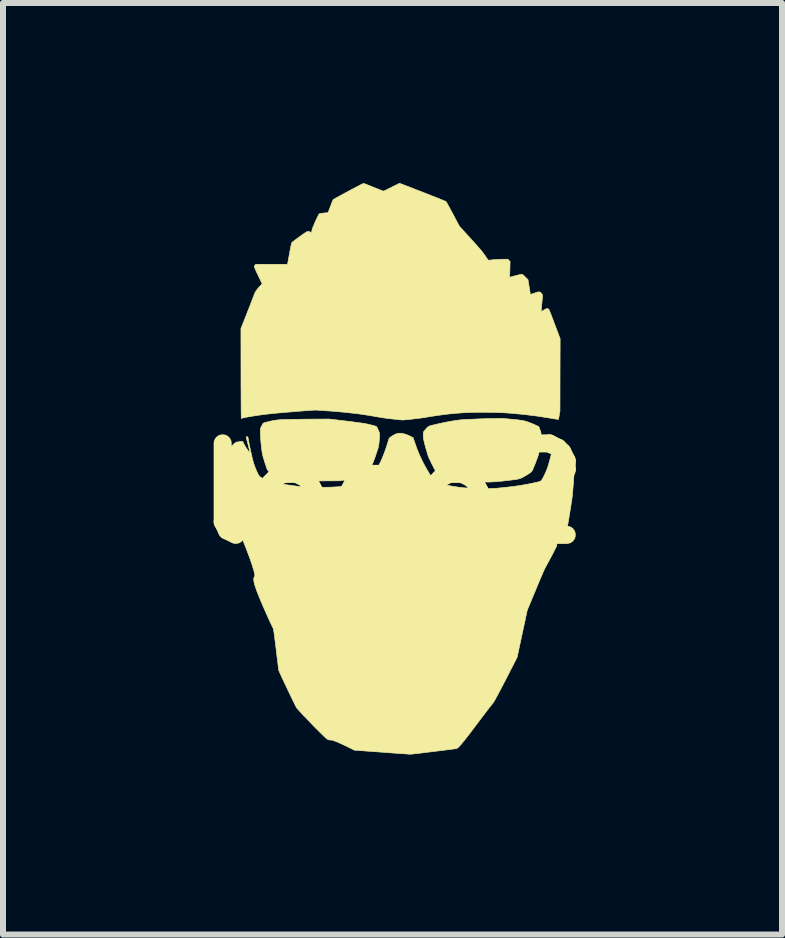
<source format=kicad_pcb>
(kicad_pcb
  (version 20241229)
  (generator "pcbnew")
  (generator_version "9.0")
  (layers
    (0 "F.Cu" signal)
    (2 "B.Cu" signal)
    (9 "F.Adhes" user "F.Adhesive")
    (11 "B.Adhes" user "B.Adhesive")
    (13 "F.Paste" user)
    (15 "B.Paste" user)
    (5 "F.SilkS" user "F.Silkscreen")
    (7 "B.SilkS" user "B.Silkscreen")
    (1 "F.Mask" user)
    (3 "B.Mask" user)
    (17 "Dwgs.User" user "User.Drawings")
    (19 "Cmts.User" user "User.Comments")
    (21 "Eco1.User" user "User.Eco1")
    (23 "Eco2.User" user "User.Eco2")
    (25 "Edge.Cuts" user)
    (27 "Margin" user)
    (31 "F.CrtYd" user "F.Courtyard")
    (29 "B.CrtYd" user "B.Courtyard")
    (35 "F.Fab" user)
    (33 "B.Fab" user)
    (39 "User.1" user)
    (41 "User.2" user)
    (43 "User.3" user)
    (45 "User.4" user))
  (footprint "logo2"
    (layer "F.Cu")
    (at 3.491 5.173)
    (property "Reference" "logo2" (at 0 0 0) (layer "F.SilkS") (effects (font (size 1.524 1.524) (thickness 0.3))))
    (attr through_hole)
    (fp_poly (pts (xy -0.926 -1.225) (xy -0.842 -1.215) (xy -0.766 -1.206) (xy -0.699 -1.198) (xy -0.64 -1.19) (xy -0.589 -1.183) (xy -0.544 -1.177) (xy -0.506 -1.172) (xy -0.474 -1.167) (xy -0.449 -1.162) (xy -0.432 -1.159) (xy -0.391 -1.15) (xy -0.355 -1.141) (xy -0.323 -1.133) (xy -0.298 -1.126) (xy -0.28 -1.12) (xy -0.27 -1.116) (xy -0.264 -1.109) (xy -0.256 -1.096) (xy -0.247 -1.078) (xy -0.238 -1.057) (xy -0.228 -1.035) (xy -0.222 -1.018) (xy -0.218 -1.005) (xy -0.216 -0.993) (xy -0.216 -0.98) (xy -0.216 -0.963) (xy -0.217 -0.943) (xy -0.219 -0.916) (xy -0.221 -0.887) (xy -0.224 -0.858) (xy -0.224 -0.852) (xy -0.227 -0.829) (xy -0.229 -0.81) (xy -0.232 -0.792) (xy -0.236 -0.775) (xy -0.241 -0.755) (xy -0.248 -0.732) (xy -0.258 -0.704) (xy -0.266 -0.681) (xy -0.281 -0.634) (xy -0.295 -0.594) (xy -0.307 -0.562) (xy -0.317 -0.535) (xy -0.326 -0.513) (xy -0.334 -0.494) (xy -0.343 -0.478) (xy -0.352 -0.464) (xy -0.361 -0.45) (xy -0.37 -0.438) (xy -0.397 -0.404) (xy -0.424 -0.371) (xy -0.449 -0.34) (xy -0.472 -0.314) (xy -0.487 -0.299) (xy -0.498 -0.289) (xy -0.508 -0.281) (xy -0.52 -0.276) (xy -0.537 -0.271) (xy -0.549 -0.268) (xy -0.587 -0.26) (xy -0.631 -0.251) (xy -0.679 -0.243) (xy -0.735 -0.233) (xy -0.785 -0.226) (xy -0.88 -0.211) (xy -1.12 -0.21) (xy -1.36 -0.208) (xy -1.496 -0.224) (xy -1.548 -0.23) (xy -1.6 -0.237) (xy -1.651 -0.243) (xy -1.699 -0.25) (xy -1.744 -0.256) (xy -1.784 -0.262) (xy -1.819 -0.267) (xy -1.846 -0.272) (xy -1.862 -0.275) (xy -1.889 -0.282) (xy -1.917 -0.291) (xy -1.947 -0.305) (xy -1.982 -0.322) (xy -2.002 -0.333) (xy -2.029 -0.348) (xy -2.049 -0.36) (xy -2.063 -0.37) (xy -2.074 -0.379) (xy -2.082 -0.39) (xy -2.089 -0.404) (xy -2.096 -0.421) (xy -2.101 -0.435) (xy -2.113 -0.472) (xy -2.127 -0.513) (xy -2.14 -0.556) (xy -2.153 -0.598) (xy -2.163 -0.634) (xy -2.165 -0.644) (xy -2.17 -0.667) (xy -2.175 -0.697) (xy -2.18 -0.733) (xy -2.185 -0.774) (xy -2.189 -0.817) (xy -2.194 -0.862) (xy -2.197 -0.906) (xy -2.2 -0.948) (xy -2.202 -0.986) (xy -2.203 -1.02) (xy -2.203 -1.027) (xy -2.203 -1.079) (xy -2.18 -1.126) (xy -2.171 -1.144) (xy -2.164 -1.158) (xy -2.157 -1.167) (xy -2.148 -1.174) (xy -2.136 -1.179) (xy -2.119 -1.184) (xy -2.094 -1.19) (xy -2.09 -1.191) (xy -2.05 -1.201) (xy -2.016 -1.209) (xy -1.985 -1.215) (xy -1.956 -1.22) (xy -1.927 -1.224) (xy -1.897 -1.227) (xy -1.863 -1.229) (xy -1.825 -1.231) (xy -1.779 -1.232) (xy -1.755 -1.233) (xy -1.719 -1.234) (xy -1.675 -1.235) (xy -1.625 -1.236) (xy -1.571 -1.236) (xy -1.514 -1.237) (xy -1.455 -1.238) (xy -1.397 -1.238) (xy -1.341 -1.239) (xy -1.325 -1.239) (xy -1.055 -1.24) (xy -0.926 -1.225)) (stroke (width 0.01) (type solid)) (fill yes) (layer "F.SilkS"))
    (fp_poly (pts (xy 1.814 -1.25) (xy 1.82 -1.25) (xy 1.846 -1.249) (xy 1.881 -1.246) (xy 1.92 -1.243) (xy 1.963 -1.239) (xy 2.007 -1.235) (xy 2.051 -1.23) (xy 2.092 -1.226) (xy 2.129 -1.221) (xy 2.159 -1.217) (xy 2.161 -1.217) (xy 2.189 -1.211) (xy 2.223 -1.202) (xy 2.262 -1.189) (xy 2.304 -1.173) (xy 2.347 -1.156) (xy 2.39 -1.136) (xy 2.39 -1.136) (xy 2.437 -1.114) (xy 2.456 -1.065) (xy 2.463 -1.048) (xy 2.468 -1.033) (xy 2.472 -1.018) (xy 2.474 -1.004) (xy 2.475 -0.987) (xy 2.474 -0.967) (xy 2.473 -0.942) (xy 2.47 -0.911) (xy 2.466 -0.874) (xy 2.461 -0.823) (xy 2.456 -0.781) (xy 2.451 -0.745) (xy 2.446 -0.714) (xy 2.441 -0.687) (xy 2.436 -0.662) (xy 2.429 -0.639) (xy 2.422 -0.616) (xy 2.414 -0.593) (xy 2.4 -0.557) (xy 2.386 -0.52) (xy 2.372 -0.483) (xy 2.358 -0.45) (xy 2.346 -0.42) (xy 2.336 -0.396) (xy 2.329 -0.382) (xy 2.323 -0.372) (xy 2.314 -0.362) (xy 2.302 -0.351) (xy 2.286 -0.339) (xy 2.264 -0.325) (xy 2.237 -0.308) (xy 2.202 -0.287) (xy 2.188 -0.28) (xy 2.169 -0.269) (xy 2.153 -0.261) (xy 2.137 -0.254) (xy 2.121 -0.248) (xy 2.103 -0.243) (xy 2.081 -0.238) (xy 2.054 -0.234) (xy 2.022 -0.229) (xy 1.981 -0.224) (xy 1.981 -0.224) (xy 1.9 -0.214) (xy 1.827 -0.206) (xy 1.761 -0.199) (xy 1.701 -0.195) (xy 1.647 -0.192) (xy 1.598 -0.19) (xy 1.552 -0.191) (xy 1.512 -0.192) (xy 1.501 -0.193) (xy 1.482 -0.194) (xy 1.457 -0.195) (xy 1.429 -0.197) (xy 1.398 -0.198) (xy 1.388 -0.199) (xy 1.312 -0.202) (xy 1.245 -0.206) (xy 1.187 -0.21) (xy 1.137 -0.214) (xy 1.096 -0.217) (xy 1.062 -0.221) (xy 1.035 -0.225) (xy 1.025 -0.227) (xy 0.998 -0.232) (xy 0.966 -0.24) (xy 0.932 -0.248) (xy 0.897 -0.257) (xy 0.864 -0.265) (xy 0.834 -0.274) (xy 0.809 -0.281) (xy 0.791 -0.287) (xy 0.79 -0.287) (xy 0.777 -0.292) (xy 0.767 -0.297) (xy 0.76 -0.304) (xy 0.752 -0.313) (xy 0.742 -0.328) (xy 0.736 -0.339) (xy 0.727 -0.355) (xy 0.715 -0.377) (xy 0.7 -0.404) (xy 0.684 -0.435) (xy 0.668 -0.468) (xy 0.653 -0.496) (xy 0.636 -0.532) (xy 0.622 -0.561) (xy 0.61 -0.585) (xy 0.601 -0.606) (xy 0.594 -0.626) (xy 0.587 -0.646) (xy 0.58 -0.668) (xy 0.573 -0.694) (xy 0.572 -0.695) (xy 0.558 -0.746) (xy 0.546 -0.789) (xy 0.536 -0.826) (xy 0.529 -0.856) (xy 0.523 -0.882) (xy 0.518 -0.904) (xy 0.515 -0.923) (xy 0.514 -0.941) (xy 0.513 -0.958) (xy 0.513 -0.971) (xy 0.513 -1.022) (xy 0.538 -1.052) (xy 0.557 -1.076) (xy 0.573 -1.094) (xy 0.587 -1.107) (xy 0.601 -1.117) (xy 0.618 -1.124) (xy 0.638 -1.131) (xy 0.664 -1.138) (xy 0.675 -1.14) (xy 0.727 -1.153) (xy 0.782 -1.165) (xy 0.839 -1.177) (xy 0.896 -1.189) (xy 0.952 -1.199) (xy 1.006 -1.209) (xy 1.056 -1.216) (xy 1.1 -1.223) (xy 1.138 -1.227) (xy 1.153 -1.228) (xy 1.193 -1.231) (xy 1.239 -1.233) (xy 1.289 -1.236) (xy 1.343 -1.238) (xy 1.398 -1.241) (xy 1.455 -1.243) (xy 1.512 -1.245) (xy 1.567 -1.247) (xy 1.62 -1.248) (xy 1.67 -1.249) (xy 1.716 -1.25) (xy 1.755 -1.251) (xy 1.789 -1.251) (xy 1.814 -1.25)) (stroke (width 0.01) (type solid)) (fill yes) (layer "F.SilkS"))
    (fp_poly (pts (xy 0.123 -5.166) (xy 0.137 -5.161) (xy 0.157 -5.154) (xy 0.184 -5.144) (xy 0.217 -5.131) (xy 0.254 -5.117) (xy 0.295 -5.101) (xy 0.34 -5.084) (xy 0.387 -5.065) (xy 0.436 -5.046) (xy 0.486 -5.027) (xy 0.536 -5.007) (xy 0.586 -4.988) (xy 0.635 -4.968) (xy 0.681 -4.95) (xy 0.725 -4.933) (xy 0.766 -4.917) (xy 0.802 -4.902) (xy 0.833 -4.889) (xy 0.858 -4.879) (xy 0.877 -4.871) (xy 0.888 -4.866) (xy 0.892 -4.864) (xy 0.896 -4.859) (xy 0.903 -4.846) (xy 0.914 -4.826) (xy 0.928 -4.801) (xy 0.945 -4.771) (xy 0.963 -4.737) (xy 0.983 -4.699) (xy 1.005 -4.66) (xy 1.008 -4.654) (xy 1.115 -4.452) (xy 1.304 -4.245) (xy 1.345 -4.2) (xy 1.38 -4.161) (xy 1.41 -4.127) (xy 1.435 -4.098) (xy 1.457 -4.073) (xy 1.475 -4.052) (xy 1.491 -4.033) (xy 1.504 -4.016) (xy 1.516 -4) (xy 1.527 -3.985) (xy 1.538 -3.969) (xy 1.539 -3.968) (xy 1.557 -3.941) (xy 1.571 -3.92) (xy 1.582 -3.905) (xy 1.591 -3.895) (xy 1.597 -3.889) (xy 1.604 -3.887) (xy 1.61 -3.887) (xy 1.617 -3.888) (xy 1.621 -3.888) (xy 1.638 -3.891) (xy 1.662 -3.893) (xy 1.692 -3.896) (xy 1.726 -3.898) (xy 1.762 -3.9) (xy 1.798 -3.902) (xy 1.833 -3.903) (xy 1.851 -3.903) (xy 1.922 -3.904) (xy 1.94 -3.885) (xy 1.959 -3.865) (xy 1.956 -3.739) (xy 1.955 -3.706) (xy 1.954 -3.676) (xy 1.953 -3.649) (xy 1.952 -3.628) (xy 1.951 -3.614) (xy 1.951 -3.608) (xy 1.951 -3.608) (xy 1.952 -3.603) (xy 1.957 -3.604) (xy 1.981 -3.611) (xy 2.009 -3.618) (xy 2.037 -3.626) (xy 2.066 -3.633) (xy 2.093 -3.64) (xy 2.117 -3.646) (xy 2.136 -3.65) (xy 2.149 -3.653) (xy 2.153 -3.653) (xy 2.16 -3.652) (xy 2.168 -3.649) (xy 2.177 -3.642) (xy 2.19 -3.63) (xy 2.207 -3.613) (xy 2.212 -3.608) (xy 2.257 -3.563) (xy 2.277 -3.441) (xy 2.282 -3.408) (xy 2.287 -3.379) (xy 2.291 -3.354) (xy 2.294 -3.334) (xy 2.296 -3.322) (xy 2.298 -3.317) (xy 2.298 -3.317) (xy 2.302 -3.318) (xy 2.314 -3.321) (xy 2.331 -3.327) (xy 2.353 -3.334) (xy 2.366 -3.339) (xy 2.395 -3.349) (xy 2.417 -3.356) (xy 2.433 -3.359) (xy 2.446 -3.359) (xy 2.456 -3.356) (xy 2.466 -3.349) (xy 2.477 -3.338) (xy 2.479 -3.337) (xy 2.49 -3.325) (xy 2.496 -3.316) (xy 2.498 -3.305) (xy 2.498 -3.292) (xy 2.498 -3.281) (xy 2.497 -3.262) (xy 2.495 -3.236) (xy 2.492 -3.207) (xy 2.489 -3.175) (xy 2.487 -3.152) (xy 2.484 -3.121) (xy 2.481 -3.092) (xy 2.479 -3.068) (xy 2.477 -3.049) (xy 2.476 -3.037) (xy 2.476 -3.034) (xy 2.481 -3.035) (xy 2.491 -3.039) (xy 2.506 -3.047) (xy 2.519 -3.055) (xy 2.545 -3.07) (xy 2.566 -3.078) (xy 2.582 -3.081) (xy 2.594 -3.077) (xy 2.603 -3.07) (xy 2.607 -3.064) (xy 2.613 -3.05) (xy 2.622 -3.029) (xy 2.633 -3.001) (xy 2.646 -2.969) (xy 2.66 -2.932) (xy 2.676 -2.891) (xy 2.692 -2.847) (xy 2.703 -2.819) (xy 2.793 -2.578) (xy 2.791 -1.976) (xy 2.79 -1.374) (xy 2.778 -1.305) (xy 2.774 -1.281) (xy 2.77 -1.26) (xy 2.767 -1.245) (xy 2.765 -1.236) (xy 2.765 -1.234) (xy 2.76 -1.235) (xy 2.747 -1.236) (xy 2.727 -1.239) (xy 2.701 -1.243) (xy 2.671 -1.248) (xy 2.636 -1.254) (xy 2.609 -1.258) (xy 2.537 -1.27) (xy 2.469 -1.28) (xy 2.404 -1.29) (xy 2.34 -1.298) (xy 2.276 -1.306) (xy 2.21 -1.314) (xy 2.141 -1.321) (xy 2.066 -1.328) (xy 1.985 -1.335) (xy 1.93 -1.34) (xy 1.888 -1.343) (xy 1.838 -1.345) (xy 1.781 -1.348) (xy 1.72 -1.35) (xy 1.656 -1.351) (xy 1.59 -1.352) (xy 1.524 -1.353) (xy 1.459 -1.353) (xy 1.397 -1.352) (xy 1.34 -1.351) (xy 1.288 -1.35) (xy 1.258 -1.349) (xy 1.152 -1.343) (xy 1.048 -1.335) (xy 0.944 -1.325) (xy 0.838 -1.312) (xy 0.728 -1.297) (xy 0.613 -1.279) (xy 0.559 -1.27) (xy 0.53 -1.265) (xy 0.496 -1.26) (xy 0.458 -1.255) (xy 0.418 -1.25) (xy 0.376 -1.245) (xy 0.334 -1.24) (xy 0.294 -1.235) (xy 0.256 -1.231) (xy 0.222 -1.228) (xy 0.194 -1.226) (xy 0.172 -1.225) (xy 0.159 -1.224) (xy 0.15 -1.225) (xy 0.133 -1.227) (xy 0.11 -1.229) (xy 0.081 -1.232) (xy 0.048 -1.236) (xy 0.011 -1.24) (xy -0.012 -1.242) (xy -0.052 -1.247) (xy -0.092 -1.252) (xy -0.13 -1.257) (xy -0.166 -1.262) (xy -0.196 -1.267) (xy -0.219 -1.271) (xy -0.226 -1.272) (xy -0.317 -1.288) (xy -0.408 -1.303) (xy -0.499 -1.317) (xy -0.593 -1.33) (xy -0.691 -1.341) (xy -0.793 -1.352) (xy -0.901 -1.362) (xy -1.016 -1.372) (xy -1.139 -1.38) (xy -1.145 -1.381) (xy -1.285 -1.39) (xy -1.447 -1.379) (xy -1.575 -1.369) (xy -1.695 -1.359) (xy -1.805 -1.35) (xy -1.906 -1.341) (xy -1.999 -1.332) (xy -2.082 -1.323) (xy -2.156 -1.314) (xy -2.21 -1.307) (xy -2.254 -1.3) (xy -2.298 -1.294) (xy -2.34 -1.287) (xy -2.38 -1.28) (xy -2.416 -1.274) (xy -2.447 -1.268) (xy -2.473 -1.263) (xy -2.493 -1.258) (xy -2.504 -1.255) (xy -2.506 -1.253) (xy -2.515 -1.25) (xy -2.52 -1.252) (xy -2.52 -1.253) (xy -2.521 -1.258) (xy -2.521 -1.272) (xy -2.521 -1.294) (xy -2.522 -1.324) (xy -2.522 -1.361) (xy -2.523 -1.405) (xy -2.523 -1.455) (xy -2.523 -1.511) (xy -2.524 -1.573) (xy -2.524 -1.639) (xy -2.524 -1.71) (xy -2.525 -1.784) (xy -2.525 -1.862) (xy -2.525 -1.942) (xy -2.525 -2.004) (xy -2.526 -2.75) (xy -2.445 -2.953) (xy -2.428 -2.998) (xy -2.41 -3.043) (xy -2.393 -3.086) (xy -2.376 -3.128) (xy -2.362 -3.166) (xy -2.349 -3.198) (xy -2.339 -3.225) (xy -2.334 -3.237) (xy -2.324 -3.264) (xy -2.314 -3.29) (xy -2.306 -3.311) (xy -2.3 -3.328) (xy -2.296 -3.337) (xy -2.278 -3.371) (xy -2.251 -3.408) (xy -2.215 -3.449) (xy -2.213 -3.451) (xy -2.172 -3.494) (xy -2.238 -3.631) (xy -2.254 -3.665) (xy -2.269 -3.696) (xy -2.281 -3.724) (xy -2.292 -3.748) (xy -2.299 -3.766) (xy -2.304 -3.777) (xy -2.304 -3.781) (xy -2.301 -3.792) (xy -2.293 -3.804) (xy -2.291 -3.806) (xy -2.277 -3.819) (xy -1.75 -3.819) (xy -1.748 -3.83) (xy -1.747 -3.836) (xy -1.744 -3.851) (xy -1.74 -3.873) (xy -1.735 -3.9) (xy -1.729 -3.933) (xy -1.722 -3.968) (xy -1.716 -4.004) (xy -1.709 -4.042) (xy -1.702 -4.077) (xy -1.696 -4.109) (xy -1.69 -4.136) (xy -1.686 -4.157) (xy -1.683 -4.171) (xy -1.681 -4.177) (xy -1.676 -4.182) (xy -1.665 -4.192) (xy -1.648 -4.205) (xy -1.626 -4.222) (xy -1.6 -4.241) (xy -1.572 -4.262) (xy -1.552 -4.276) (xy -1.516 -4.303) (xy -1.486 -4.324) (xy -1.462 -4.34) (xy -1.443 -4.353) (xy -1.428 -4.361) (xy -1.415 -4.366) (xy -1.405 -4.368) (xy -1.396 -4.367) (xy -1.388 -4.364) (xy -1.379 -4.36) (xy -1.374 -4.357) (xy -1.362 -4.35) (xy -1.354 -4.347) (xy -1.351 -4.346) (xy -1.35 -4.351) (xy -1.347 -4.363) (xy -1.344 -4.38) (xy -1.343 -4.385) (xy -1.339 -4.401) (xy -1.333 -4.42) (xy -1.324 -4.443) (xy -1.312 -4.472) (xy -1.297 -4.507) (xy -1.284 -4.535) (xy -1.27 -4.566) (xy -1.257 -4.594) (xy -1.245 -4.618) (xy -1.235 -4.637) (xy -1.228 -4.651) (xy -1.224 -4.657) (xy -1.218 -4.661) (xy -1.209 -4.664) (xy -1.194 -4.667) (xy -1.172 -4.67) (xy -1.156 -4.672) (xy -1.133 -4.674) (xy -1.111 -4.676) (xy -1.095 -4.677) (xy -1.085 -4.678) (xy -1.085 -4.678) (xy -1.081 -4.678) (xy -1.077 -4.68) (xy -1.074 -4.685) (xy -1.069 -4.693) (xy -1.064 -4.706) (xy -1.057 -4.724) (xy -1.048 -4.748) (xy -1.036 -4.781) (xy -1.035 -4.783) (xy -1.021 -4.821) (xy -1.009 -4.852) (xy -0.999 -4.875) (xy -0.991 -4.891) (xy -0.987 -4.898) (xy -0.981 -4.902) (xy -0.967 -4.909) (xy -0.948 -4.921) (xy -0.922 -4.935) (xy -0.891 -4.952) (xy -0.855 -4.972) (xy -0.816 -4.993) (xy -0.774 -5.016) (xy -0.733 -5.038) (xy -0.681 -5.066) (xy -0.637 -5.089) (xy -0.599 -5.109) (xy -0.568 -5.125) (xy -0.543 -5.138) (xy -0.522 -5.149) (xy -0.507 -5.156) (xy -0.495 -5.161) (xy -0.486 -5.164) (xy -0.48 -5.166) (xy -0.477 -5.166) (xy -0.477 -5.166) (xy -0.47 -5.163) (xy -0.455 -5.158) (xy -0.434 -5.149) (xy -0.408 -5.139) (xy -0.377 -5.127) (xy -0.343 -5.113) (xy -0.311 -5.1) (xy -0.275 -5.086) (xy -0.242 -5.073) (xy -0.212 -5.061) (xy -0.187 -5.052) (xy -0.168 -5.044) (xy -0.155 -5.04) (xy -0.15 -5.038) (xy -0.144 -5.04) (xy -0.131 -5.046) (xy -0.112 -5.055) (xy -0.088 -5.067) (xy -0.06 -5.081) (xy -0.029 -5.096) (xy -0.016 -5.103) (xy 0.016 -5.119) (xy 0.045 -5.134) (xy 0.071 -5.146) (xy 0.092 -5.157) (xy 0.107 -5.164) (xy 0.116 -5.167) (xy 0.117 -5.168) (xy 0.123 -5.166)) (stroke (width 0.01) (type solid)) (fill yes) (layer "F.SilkS"))
    (fp_poly (pts (xy 0.181 -0.997) (xy 0.231 -0.982) (xy 0.285 -0.96) (xy 0.295 -0.954) (xy 0.343 -0.93) (xy 0.376 -0.833) (xy 0.404 -0.754) (xy 0.433 -0.68) (xy 0.464 -0.609) (xy 0.498 -0.538) (xy 0.535 -0.467) (xy 0.576 -0.394) (xy 0.623 -0.316) (xy 0.635 -0.295) (xy 0.683 -0.219) (xy 0.719 -0.202) (xy 0.781 -0.177) (xy 0.849 -0.154) (xy 0.923 -0.135) (xy 1.003 -0.119) (xy 1.09 -0.106) (xy 1.184 -0.095) (xy 1.286 -0.088) (xy 1.396 -0.083) (xy 1.514 -0.081) (xy 1.526 -0.081) (xy 1.58 -0.081) (xy 1.627 -0.082) (xy 1.667 -0.083) (xy 1.704 -0.085) (xy 1.737 -0.087) (xy 1.757 -0.089) (xy 1.833 -0.097) (xy 1.901 -0.104) (xy 1.963 -0.111) (xy 2.02 -0.118) (xy 2.072 -0.125) (xy 2.122 -0.132) (xy 2.172 -0.141) (xy 2.221 -0.149) (xy 2.272 -0.159) (xy 2.326 -0.17) (xy 2.365 -0.179) (xy 2.397 -0.186) (xy 2.422 -0.191) (xy 2.44 -0.196) (xy 2.453 -0.2) (xy 2.463 -0.204) (xy 2.47 -0.208) (xy 2.475 -0.212) (xy 2.479 -0.216) (xy 2.487 -0.227) (xy 2.498 -0.245) (xy 2.511 -0.268) (xy 2.525 -0.296) (xy 2.539 -0.325) (xy 2.553 -0.355) (xy 2.566 -0.384) (xy 2.576 -0.411) (xy 2.583 -0.429) (xy 2.598 -0.476) (xy 2.613 -0.53) (xy 2.63 -0.591) (xy 2.647 -0.658) (xy 2.664 -0.728) (xy 2.68 -0.802) (xy 2.69 -0.846) (xy 2.694 -0.864) (xy 2.698 -0.876) (xy 2.704 -0.884) (xy 2.712 -0.89) (xy 2.72 -0.896) (xy 2.733 -0.904) (xy 2.741 -0.907) (xy 2.75 -0.907) (xy 2.761 -0.903) (xy 2.761 -0.903) (xy 2.809 -0.881) (xy 2.854 -0.852) (xy 2.884 -0.824) (xy 2.904 -0.803) (xy 2.921 -0.781) (xy 2.937 -0.755) (xy 2.952 -0.726) (xy 2.967 -0.691) (xy 2.983 -0.649) (xy 2.998 -0.603) (xy 3.027 -0.515) (xy 3.026 -0.434) (xy 3.026 -0.403) (xy 3.024 -0.364) (xy 3.022 -0.318) (xy 3.019 -0.266) (xy 3.016 -0.21) (xy 3.012 -0.151) (xy 3.007 -0.09) (xy 3.002 -0.028) (xy 2.999 0.007) (xy 2.998 0.026) (xy 2.994 0.052) (xy 2.99 0.084) (xy 2.985 0.121) (xy 2.978 0.163) (xy 2.972 0.208) (xy 2.964 0.255) (xy 2.956 0.304) (xy 2.948 0.353) (xy 2.94 0.403) (xy 2.932 0.451) (xy 2.924 0.497) (xy 2.917 0.54) (xy 2.91 0.579) (xy 2.903 0.614) (xy 2.898 0.642) (xy 2.893 0.665) (xy 2.89 0.679) (xy 2.888 0.685) (xy 2.872 0.71) (xy 2.849 0.734) (xy 2.821 0.757) (xy 2.791 0.777) (xy 2.761 0.791) (xy 2.757 0.792) (xy 2.733 0.8) (xy 2.736 0.833) (xy 2.739 0.866) (xy 2.689 0.968) (xy 2.67 1.004) (xy 2.649 1.044) (xy 2.626 1.087) (xy 2.604 1.128) (xy 2.584 1.165) (xy 2.581 1.171) (xy 2.57 1.19) (xy 2.56 1.208) (xy 2.551 1.226) (xy 2.542 1.244) (xy 2.533 1.262) (xy 2.523 1.283) (xy 2.512 1.306) (xy 2.501 1.333) (xy 2.488 1.363) (xy 2.473 1.398) (xy 2.455 1.439) (xy 2.436 1.486) (xy 2.413 1.54) (xy 2.388 1.601) (xy 2.385 1.609) (xy 2.245 1.945) (xy 2.161 2.336) (xy 2.077 2.727) (xy 2.045 2.792) (xy 2.028 2.824) (xy 2.008 2.864) (xy 1.985 2.909) (xy 1.96 2.957) (xy 1.934 3.009) (xy 1.907 3.061) (xy 1.88 3.114) (xy 1.854 3.164) (xy 1.829 3.212) (xy 1.806 3.255) (xy 1.787 3.292) (xy 1.775 3.314) (xy 1.749 3.363) (xy 1.727 3.403) (xy 1.709 3.437) (xy 1.693 3.464) (xy 1.68 3.484) (xy 1.67 3.499) (xy 1.663 3.509) (xy 1.662 3.51) (xy 1.656 3.516) (xy 1.65 3.522) (xy 1.643 3.531) (xy 1.635 3.541) (xy 1.624 3.555) (xy 1.611 3.571) (xy 1.596 3.592) (xy 1.577 3.616) (xy 1.554 3.646) (xy 1.528 3.681) (xy 1.497 3.722) (xy 1.461 3.769) (xy 1.434 3.805) (xy 1.382 3.874) (xy 1.335 3.936) (xy 1.293 3.991) (xy 1.256 4.04) (xy 1.223 4.082) (xy 1.194 4.119) (xy 1.168 4.15) (xy 1.146 4.177) (xy 1.127 4.199) (xy 1.111 4.216) (xy 1.097 4.23) (xy 1.086 4.24) (xy 1.077 4.246) (xy 1.069 4.25) (xy 1.066 4.251) (xy 1.058 4.252) (xy 1.041 4.255) (xy 1.017 4.258) (xy 0.986 4.262) (xy 0.95 4.267) (xy 0.909 4.272) (xy 0.864 4.278) (xy 0.816 4.284) (xy 0.766 4.29) (xy 0.714 4.296) (xy 0.662 4.303) (xy 0.61 4.309) (xy 0.56 4.315) (xy 0.511 4.321) (xy 0.466 4.327) (xy 0.424 4.332) (xy 0.386 4.336) (xy 0.355 4.34) (xy 0.329 4.342) (xy 0.311 4.344) (xy 0.301 4.345) (xy 0.299 4.345) (xy 0.291 4.345) (xy 0.275 4.344) (xy 0.25 4.342) (xy 0.218 4.34) (xy 0.18 4.337) (xy 0.136 4.334) (xy 0.087 4.331) (xy 0.033 4.327) (xy -0.025 4.323) (xy -0.086 4.318) (xy -0.149 4.314) (xy -0.18 4.311) (xy -0.635 4.278) (xy -0.701 4.245) (xy -0.757 4.217) (xy -0.812 4.191) (xy -0.864 4.167) (xy -0.912 4.146) (xy -0.951 4.13) (xy -0.977 4.12) (xy -0.996 4.114) (xy -1.013 4.11) (xy -1.028 4.108) (xy -1.035 4.108) (xy -1.053 4.107) (xy -1.066 4.105) (xy -1.078 4.099) (xy -1.093 4.089) (xy -1.104 4.081) (xy -1.121 4.066) (xy -1.143 4.045) (xy -1.169 4.02) (xy -1.199 3.991) (xy -1.232 3.958) (xy -1.267 3.923) (xy -1.304 3.886) (xy -1.342 3.847) (xy -1.38 3.807) (xy -1.418 3.767) (xy -1.455 3.728) (xy -1.491 3.691) (xy -1.524 3.655) (xy -1.555 3.622) (xy -1.581 3.592) (xy -1.597 3.574) (xy -1.601 3.568) (xy -1.608 3.554) (xy -1.619 3.533) (xy -1.632 3.506) (xy -1.648 3.474) (xy -1.666 3.438) (xy -1.685 3.399) (xy -1.705 3.357) (xy -1.726 3.313) (xy -1.748 3.268) (xy -1.769 3.223) (xy -1.79 3.179) (xy -1.81 3.136) (xy -1.829 3.095) (xy -1.847 3.058) (xy -1.862 3.025) (xy -1.875 2.996) (xy -1.885 2.973) (xy -1.892 2.957) (xy -1.896 2.948) (xy -1.896 2.947) (xy -1.897 2.94) (xy -1.899 2.925) (xy -1.902 2.903) (xy -1.906 2.874) (xy -1.91 2.838) (xy -1.915 2.797) (xy -1.921 2.751) (xy -1.927 2.702) (xy -1.933 2.649) (xy -1.939 2.6) (xy -1.947 2.536) (xy -1.954 2.481) (xy -1.96 2.434) (xy -1.965 2.394) (xy -1.969 2.361) (xy -1.973 2.333) (xy -1.976 2.311) (xy -1.979 2.292) (xy -1.981 2.278) (xy -1.983 2.267) (xy -1.986 2.258) (xy -1.988 2.251) (xy -1.99 2.245) (xy -1.993 2.239) (xy -1.995 2.235) (xy -2.011 2.202) (xy -2.03 2.162) (xy -2.052 2.116) (xy -2.075 2.065) (xy -2.099 2.011) (xy -2.124 1.955) (xy -2.149 1.898) (xy -2.173 1.842) (xy -2.196 1.789) (xy -2.217 1.738) (xy -2.235 1.693) (xy -2.251 1.653) (xy -2.26 1.63) (xy -2.28 1.574) (xy -2.295 1.526) (xy -2.306 1.485) (xy -2.312 1.451) (xy -2.313 1.424) (xy -2.31 1.404) (xy -2.303 1.391) (xy -2.297 1.38) (xy -2.295 1.365) (xy -2.295 1.364) (xy -2.297 1.346) (xy -2.302 1.319) (xy -2.311 1.286) (xy -2.323 1.246) (xy -2.337 1.2) (xy -2.354 1.149) (xy -2.373 1.094) (xy -2.394 1.036) (xy -2.418 0.974) (xy -2.442 0.91) (xy -2.468 0.845) (xy -2.484 0.806) (xy -2.496 0.777) (xy -2.507 0.751) (xy -2.515 0.729) (xy -2.522 0.712) (xy -2.525 0.701) (xy -2.526 0.698) (xy -2.529 0.694) (xy -2.532 0.694) (xy -2.54 0.697) (xy -2.553 0.701) (xy -2.57 0.706) (xy -2.572 0.706) (xy -2.605 0.716) (xy -2.637 0.697) (xy -2.649 0.689) (xy -2.659 0.683) (xy -2.668 0.675) (xy -2.676 0.666) (xy -2.684 0.653) (xy -2.694 0.637) (xy -2.706 0.615) (xy -2.72 0.587) (xy -2.731 0.565) (xy -2.74 0.547) (xy -2.748 0.531) (xy -2.754 0.516) (xy -2.761 0.501) (xy -2.767 0.485) (xy -2.773 0.468) (xy -2.78 0.447) (xy -2.788 0.422) (xy -2.797 0.393) (xy -2.807 0.357) (xy -2.82 0.314) (xy -2.83 0.277) (xy -2.891 0.067) (xy -2.912 -0.094) (xy -2.933 -0.255) (xy -2.879 -0.452) (xy -2.868 -0.493) (xy -2.858 -0.532) (xy -2.848 -0.567) (xy -2.84 -0.598) (xy -2.833 -0.623) (xy -2.828 -0.642) (xy -2.824 -0.653) (xy -2.824 -0.657) (xy -2.82 -0.662) (xy -2.81 -0.672) (xy -2.795 -0.687) (xy -2.776 -0.705) (xy -2.754 -0.725) (xy -2.735 -0.742) (xy -2.71 -0.764) (xy -2.686 -0.786) (xy -2.665 -0.805) (xy -2.648 -0.821) (xy -2.635 -0.832) (xy -2.63 -0.837) (xy -2.62 -0.845) (xy -2.611 -0.85) (xy -2.601 -0.854) (xy -2.586 -0.858) (xy -2.564 -0.861) (xy -2.538 -0.865) (xy -2.52 -0.867) (xy -2.507 -0.868) (xy -2.499 -0.866) (xy -2.494 -0.861) (xy -2.49 -0.854) (xy -2.486 -0.845) (xy -2.477 -0.826) (xy -2.466 -0.805) (xy -2.452 -0.782) (xy -2.438 -0.759) (xy -2.423 -0.737) (xy -2.409 -0.717) (xy -2.396 -0.7) (xy -2.386 -0.689) (xy -2.379 -0.684) (xy -2.377 -0.684) (xy -2.377 -0.689) (xy -2.38 -0.701) (xy -2.384 -0.721) (xy -2.39 -0.745) (xy -2.397 -0.774) (xy -2.405 -0.807) (xy -2.406 -0.811) (xy -2.415 -0.843) (xy -2.422 -0.873) (xy -2.429 -0.899) (xy -2.434 -0.92) (xy -2.437 -0.934) (xy -2.438 -0.941) (xy -2.438 -0.941) (xy -2.435 -0.945) (xy -2.426 -0.947) (xy -2.417 -0.945) (xy -2.412 -0.941) (xy -2.409 -0.933) (xy -2.405 -0.92) (xy -2.404 -0.912) (xy -2.399 -0.881) (xy -2.392 -0.843) (xy -2.384 -0.8) (xy -2.374 -0.753) (xy -2.364 -0.705) (xy -2.353 -0.658) (xy -2.343 -0.613) (xy -2.333 -0.572) (xy -2.324 -0.537) (xy -2.32 -0.524) (xy -2.309 -0.488) (xy -2.296 -0.451) (xy -2.282 -0.415) (xy -2.267 -0.38) (xy -2.253 -0.349) (xy -2.239 -0.321) (xy -2.226 -0.3) (xy -2.216 -0.285) (xy -2.21 -0.28) (xy -2.187 -0.265) (xy -2.157 -0.249) (xy -2.121 -0.234) (xy -2.08 -0.218) (xy -2.036 -0.203) (xy -1.992 -0.19) (xy -1.979 -0.187) (xy -1.929 -0.176) (xy -1.872 -0.164) (xy -1.81 -0.153) (xy -1.745 -0.142) (xy -1.679 -0.133) (xy -1.614 -0.124) (xy -1.552 -0.117) (xy -1.496 -0.112) (xy -1.474 -0.111) (xy -1.361 -0.106) (xy -1.247 -0.103) (xy -1.134 -0.103) (xy -1.024 -0.105) (xy -0.918 -0.111) (xy -0.819 -0.118) (xy -0.799 -0.12) (xy -0.758 -0.125) (xy -0.715 -0.13) (xy -0.671 -0.136) (xy -0.628 -0.142) (xy -0.586 -0.148) (xy -0.547 -0.154) (xy -0.512 -0.16) (xy -0.482 -0.166) (xy -0.458 -0.171) (xy -0.442 -0.175) (xy -0.438 -0.176) (xy -0.429 -0.183) (xy -0.415 -0.196) (xy -0.399 -0.215) (xy -0.38 -0.239) (xy -0.359 -0.267) (xy -0.336 -0.298) (xy -0.314 -0.33) (xy -0.292 -0.364) (xy -0.27 -0.397) (xy -0.251 -0.429) (xy -0.236 -0.455) (xy -0.207 -0.511) (xy -0.178 -0.574) (xy -0.15 -0.643) (xy -0.122 -0.717) (xy -0.096 -0.794) (xy -0.081 -0.843) (xy -0.073 -0.868) (xy -0.066 -0.89) (xy -0.06 -0.908) (xy -0.055 -0.92) (xy -0.054 -0.923) (xy -0.046 -0.93) (xy -0.032 -0.941) (xy -0.014 -0.953) (xy 0.006 -0.965) (xy 0.026 -0.977) (xy 0.045 -0.987) (xy 0.059 -0.993) (xy 0.059 -0.993) (xy 0.095 -1.003) (xy 0.136 -1.004) (xy 0.181 -0.997)) (stroke (width 0.01) (type solid)) (fill yes) (layer "F.SilkS")))
  (gr_rect
    (start -3 -3)
    (end 9.981 12.523)
    (stroke (width 0.1) (type default))
    (fill no)
    (layer "Edge.Cuts")))
</source>
